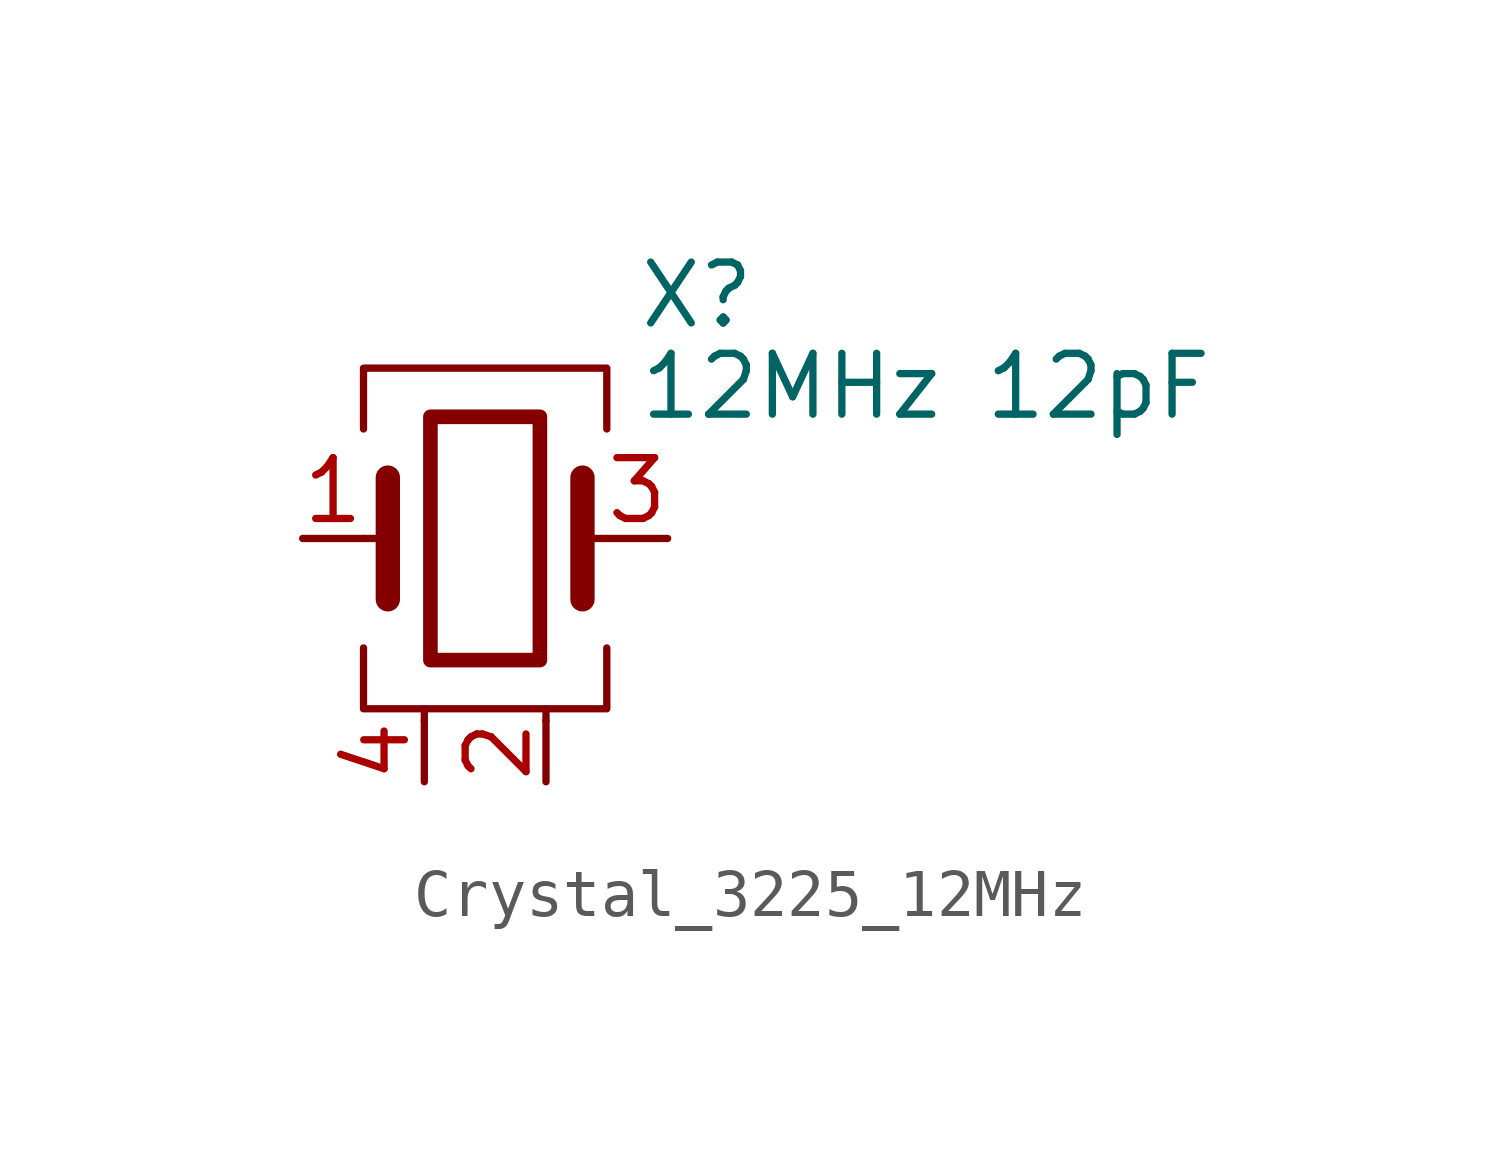
<source format=kicad_sym>
(kicad_symbol_lib
  (version 20241209)
  (generator "kicad_symbol_editor")
  (generator_version "9.0")
  (symbol "Crystal_3225_12MHz"
    (pin_names
      (offset 1.016)
      (hide yes))
    (property "Reference" "X"
      (at 3.175 5.08 0)
      (effects (font (size 1.27 1.27)) (justify left)))
    (property "Value" "12MHz 12pF"
      (at 3.175 3.175 0)
      (effects (font (size 1.27 1.27)) (justify left)))
    (symbol "Crystal_3225_12MHz_0_1"
      (polyline (pts (xy -2.54 2.286) (xy -2.54 3.556) (xy 2.54 3.556) (xy 2.54 2.286)) (stroke (width 0) (type default)) (fill (type none)))
      (polyline (pts (xy -2.54 0) (xy -2.032 0)) (stroke (width 0) (type default)) (fill (type none)))
      (polyline (pts (xy -2.54 -2.286) (xy -2.54 -3.556) (xy 2.54 -3.556) (xy 2.54 -2.286)) (stroke (width 0) (type default)) (fill (type none)))
      (polyline (pts (xy -2.032 -1.27) (xy -2.032 1.27)) (stroke (width 0.508) (type default)) (fill (type none)))
      (polyline (pts (xy -1.27 -3.81) (xy -1.27 -3.556)) (stroke (width 0) (type default)) (fill (type none)))
      (rectangle (start -1.143 2.54) (end 1.143 -2.54) (stroke (width 0.305) (type default)) (fill (type none)))
      (polyline (pts (xy 1.27 -3.81) (xy 1.27 -3.556)) (stroke (width 0) (type default)) (fill (type none)))
      (polyline (pts (xy 2.032 0) (xy 2.54 0)) (stroke (width 0) (type default)) (fill (type none)))
      (polyline (pts (xy 2.032 -1.27) (xy 2.032 1.27)) (stroke (width 0.508) (type default)) (fill (type none))))
    (symbol "Crystal_3225_12MHz_1_1"
      (pin passive line (at -3.81 0 0) (length 1.27) (name "1" (effects (font (size 1.27 1.27)))) (number "1" (effects (font (size 1.27 1.27)))))
      (pin passive line (at -1.27 -5.08 90) (length 1.27) (name "4" (effects (font (size 1.27 1.27)))) (number "4" (effects (font (size 1.27 1.27)))))
      (pin passive line (at 1.27 -5.08 90) (length 1.27) (name "2" (effects (font (size 1.27 1.27)))) (number "2" (effects (font (size 1.27 1.27)))))
      (pin passive line (at 3.81 0 180) (length 1.27) (name "3" (effects (font (size 1.27 1.27)))) (number "3" (effects (font (size 1.27 1.27))))))))
</source>
